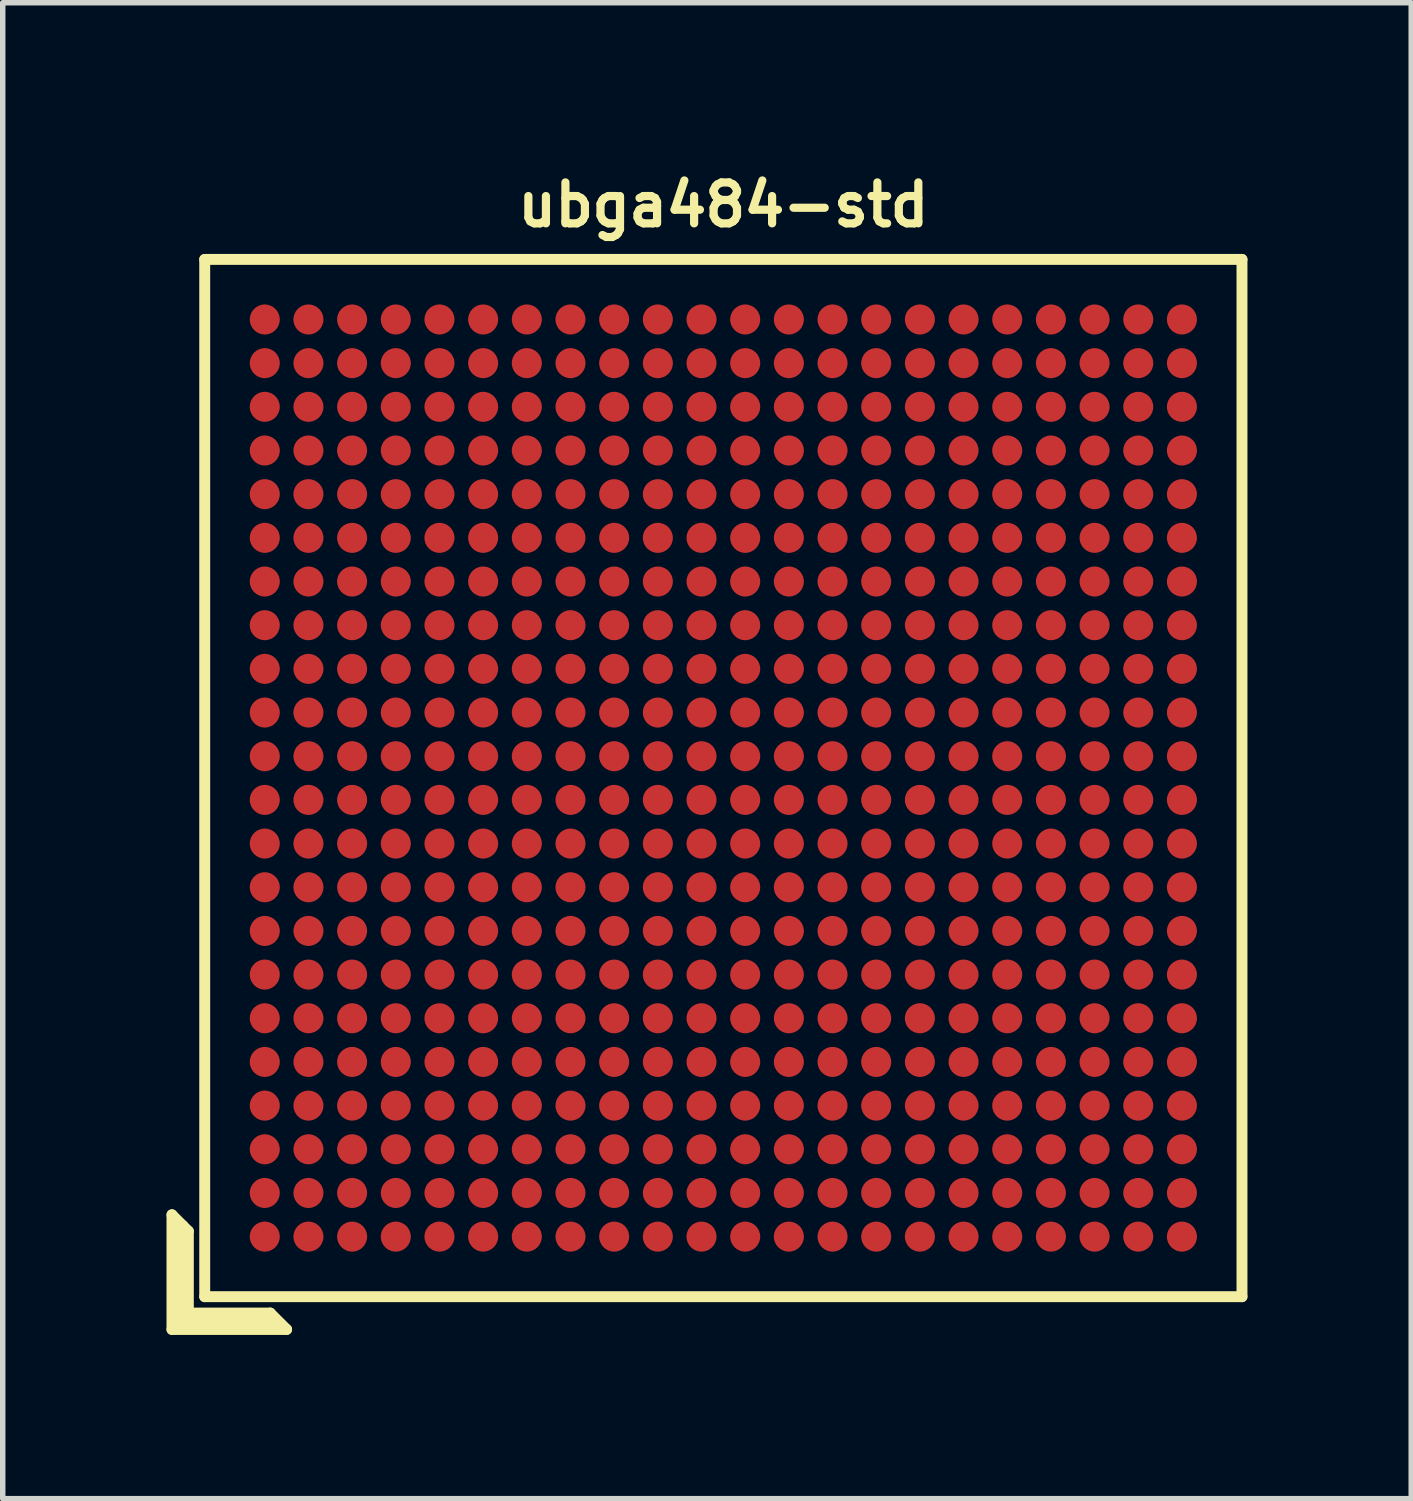
<source format=kicad_pcb>
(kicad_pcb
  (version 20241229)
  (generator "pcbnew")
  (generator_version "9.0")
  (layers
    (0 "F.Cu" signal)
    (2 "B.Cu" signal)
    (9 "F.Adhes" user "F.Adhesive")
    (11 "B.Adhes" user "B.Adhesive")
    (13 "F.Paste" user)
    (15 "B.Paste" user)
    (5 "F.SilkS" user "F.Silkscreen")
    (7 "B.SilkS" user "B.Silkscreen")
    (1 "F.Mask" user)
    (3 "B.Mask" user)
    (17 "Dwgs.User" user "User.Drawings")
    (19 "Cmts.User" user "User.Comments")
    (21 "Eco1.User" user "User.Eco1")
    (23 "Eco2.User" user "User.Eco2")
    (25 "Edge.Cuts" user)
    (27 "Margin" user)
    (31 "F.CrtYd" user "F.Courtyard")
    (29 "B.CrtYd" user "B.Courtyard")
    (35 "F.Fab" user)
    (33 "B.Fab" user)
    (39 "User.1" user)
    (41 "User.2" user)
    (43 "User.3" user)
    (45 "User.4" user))
  (footprint "ubga484-std"
    (layer "F.Cu")
    (at 10.2 11.202)
    (property "Reference" "ubga484-std" (at 0 -10.5 0) (layer "F.SilkS") (effects (font (size 0.75 0.75) (thickness 0.15))))
    (attr through_hole)
    (fp_line (start -10.1 8) (end -10.1 10.1) (stroke (width 0.2) (type solid)) (layer "F.SilkS"))
    (fp_line (start -10.1 10.1) (end -8 10.1) (stroke (width 0.2) (type solid)) (layer "F.SilkS"))
    (fp_line (start -10 10) (end -10 8.2) (stroke (width 0.2) (type solid)) (layer "F.SilkS"))
    (fp_line (start -9.9 8.2) (end -9.9 9.9) (stroke (width 0.2) (type solid)) (layer "F.SilkS"))
    (fp_line (start -9.9 9.9) (end -8.3 9.9) (stroke (width 0.2) (type solid)) (layer "F.SilkS"))
    (fp_line (start -9.8 8.3) (end -10.1 8) (stroke (width 0.2) (type solid)) (layer "F.SilkS"))
    (fp_line (start -9.8 8.3) (end -9.8 9.8) (stroke (width 0.2) (type solid)) (layer "F.SilkS"))
    (fp_line (start -9.8 9.8) (end -8.3 9.8) (stroke (width 0.2) (type solid)) (layer "F.SilkS"))
    (fp_line (start -9.5 -9.5) (end -9.5 9.5) (stroke (width 0.2) (type solid)) (layer "F.SilkS"))
    (fp_line (start -9.5 9.5) (end 9.5 9.5) (stroke (width 0.2) (type solid)) (layer "F.SilkS"))
    (fp_line (start -8.2 10) (end -10 10) (stroke (width 0.2) (type solid)) (layer "F.SilkS"))
    (fp_line (start -8 10.1) (end -8.3 9.8) (stroke (width 0.2) (type solid)) (layer "F.SilkS"))
    (fp_line (start 9.5 -9.5) (end -9.5 -9.5) (stroke (width 0.2) (type solid)) (layer "F.SilkS"))
    (fp_line (start 9.5 9.5) (end 9.5 -9.5) (stroke (width 0.2) (type solid)) (layer "F.SilkS"))
    (pad "A1" smd circle (at -8.4 8.4 90) (size 0.55 0.55) (layers "F.Cu" "F.Mask" "F.Paste"))
    (pad "A2" smd circle (at -8.4 7.6 90) (size 0.55 0.55) (layers "F.Cu" "F.Mask" "F.Paste"))
    (pad "A3" smd circle (at -8.4 6.8 90) (size 0.55 0.55) (layers "F.Cu" "F.Mask" "F.Paste"))
    (pad "A4" smd circle (at -8.4 6 90) (size 0.55 0.55) (layers "F.Cu" "F.Mask" "F.Paste"))
    (pad "A5" smd circle (at -8.4 5.2 90) (size 0.55 0.55) (layers "F.Cu" "F.Mask" "F.Paste"))
    (pad "A6" smd circle (at -8.4 4.4 90) (size 0.55 0.55) (layers "F.Cu" "F.Mask" "F.Paste"))
    (pad "A7" smd circle (at -8.4 3.6 90) (size 0.55 0.55) (layers "F.Cu" "F.Mask" "F.Paste"))
    (pad "A8" smd circle (at -8.4 2.8 90) (size 0.55 0.55) (layers "F.Cu" "F.Mask" "F.Paste"))
    (pad "A9" smd circle (at -8.4 2 90) (size 0.55 0.55) (layers "F.Cu" "F.Mask" "F.Paste"))
    (pad "A10" smd circle (at -8.4 1.2 90) (size 0.55 0.55) (layers "F.Cu" "F.Mask" "F.Paste"))
    (pad "A11" smd circle (at -8.4 0.4 90) (size 0.55 0.55) (layers "F.Cu" "F.Mask" "F.Paste"))
    (pad "A12" smd circle (at -8.4 -0.4 90) (size 0.55 0.55) (layers "F.Cu" "F.Mask" "F.Paste"))
    (pad "A13" smd circle (at -8.4 -1.2 90) (size 0.55 0.55) (layers "F.Cu" "F.Mask" "F.Paste"))
    (pad "A14" smd circle (at -8.4 -2 90) (size 0.55 0.55) (layers "F.Cu" "F.Mask" "F.Paste"))
    (pad "A15" smd circle (at -8.4 -2.8 90) (size 0.55 0.55) (layers "F.Cu" "F.Mask" "F.Paste"))
    (pad "A16" smd circle (at -8.4 -3.6 90) (size 0.55 0.55) (layers "F.Cu" "F.Mask" "F.Paste"))
    (pad "A17" smd circle (at -8.4 -4.4 90) (size 0.55 0.55) (layers "F.Cu" "F.Mask" "F.Paste"))
    (pad "A18" smd circle (at -8.4 -5.2 90) (size 0.55 0.55) (layers "F.Cu" "F.Mask" "F.Paste"))
    (pad "A19" smd circle (at -8.4 -6 90) (size 0.55 0.55) (layers "F.Cu" "F.Mask" "F.Paste"))
    (pad "A20" smd circle (at -8.4 -6.8 90) (size 0.55 0.55) (layers "F.Cu" "F.Mask" "F.Paste"))
    (pad "A21" smd circle (at -8.4 -7.6 90) (size 0.55 0.55) (layers "F.Cu" "F.Mask" "F.Paste"))
    (pad "A22" smd circle (at -8.4 -8.4 90) (size 0.55 0.55) (layers "F.Cu" "F.Mask" "F.Paste"))
    (pad "AA1" smd circle (at 7.6 8.4 90) (size 0.55 0.55) (layers "F.Cu" "F.Mask" "F.Paste"))
    (pad "AA2" smd circle (at 7.6 7.6 90) (size 0.55 0.55) (layers "F.Cu" "F.Mask" "F.Paste"))
    (pad "AA3" smd circle (at 7.6 6.8 90) (size 0.55 0.55) (layers "F.Cu" "F.Mask" "F.Paste"))
    (pad "AA4" smd circle (at 7.6 6 90) (size 0.55 0.55) (layers "F.Cu" "F.Mask" "F.Paste"))
    (pad "AA5" smd circle (at 7.6 5.2 90) (size 0.55 0.55) (layers "F.Cu" "F.Mask" "F.Paste"))
    (pad "AA6" smd circle (at 7.6 4.4 90) (size 0.55 0.55) (layers "F.Cu" "F.Mask" "F.Paste"))
    (pad "AA7" smd circle (at 7.6 3.6 90) (size 0.55 0.55) (layers "F.Cu" "F.Mask" "F.Paste"))
    (pad "AA8" smd circle (at 7.6 2.8 90) (size 0.55 0.55) (layers "F.Cu" "F.Mask" "F.Paste"))
    (pad "AA9" smd circle (at 7.6 2 90) (size 0.55 0.55) (layers "F.Cu" "F.Mask" "F.Paste"))
    (pad "AA10" smd circle (at 7.6 1.2 90) (size 0.55 0.55) (layers "F.Cu" "F.Mask" "F.Paste"))
    (pad "AA11" smd circle (at 7.6 0.4 90) (size 0.55 0.55) (layers "F.Cu" "F.Mask" "F.Paste"))
    (pad "AA12" smd circle (at 7.6 -0.4 90) (size 0.55 0.55) (layers "F.Cu" "F.Mask" "F.Paste"))
    (pad "AA13" smd circle (at 7.6 -1.2 90) (size 0.55 0.55) (layers "F.Cu" "F.Mask" "F.Paste"))
    (pad "AA14" smd circle (at 7.6 -2 90) (size 0.55 0.55) (layers "F.Cu" "F.Mask" "F.Paste"))
    (pad "AA15" smd circle (at 7.6 -2.8 90) (size 0.55 0.55) (layers "F.Cu" "F.Mask" "F.Paste"))
    (pad "AA16" smd circle (at 7.6 -3.6 90) (size 0.55 0.55) (layers "F.Cu" "F.Mask" "F.Paste"))
    (pad "AA17" smd circle (at 7.6 -4.4 90) (size 0.55 0.55) (layers "F.Cu" "F.Mask" "F.Paste"))
    (pad "AA18" smd circle (at 7.6 -5.2 90) (size 0.55 0.55) (layers "F.Cu" "F.Mask" "F.Paste"))
    (pad "AA19" smd circle (at 7.6 -6 90) (size 0.55 0.55) (layers "F.Cu" "F.Mask" "F.Paste"))
    (pad "AA20" smd circle (at 7.6 -6.8 90) (size 0.55 0.55) (layers "F.Cu" "F.Mask" "F.Paste"))
    (pad "AA21" smd circle (at 7.6 -7.6 90) (size 0.55 0.55) (layers "F.Cu" "F.Mask" "F.Paste"))
    (pad "AA22" smd circle (at 7.6 -8.4 90) (size 0.55 0.55) (layers "F.Cu" "F.Mask" "F.Paste"))
    (pad "AB1" smd circle (at 8.4 8.4 90) (size 0.55 0.55) (layers "F.Cu" "F.Mask" "F.Paste"))
    (pad "AB2" smd circle (at 8.4 7.6 90) (size 0.55 0.55) (layers "F.Cu" "F.Mask" "F.Paste"))
    (pad "AB3" smd circle (at 8.4 6.8 90) (size 0.55 0.55) (layers "F.Cu" "F.Mask" "F.Paste"))
    (pad "AB4" smd circle (at 8.4 6 90) (size 0.55 0.55) (layers "F.Cu" "F.Mask" "F.Paste"))
    (pad "AB5" smd circle (at 8.4 5.2 90) (size 0.55 0.55) (layers "F.Cu" "F.Mask" "F.Paste"))
    (pad "AB6" smd circle (at 8.4 4.4 90) (size 0.55 0.55) (layers "F.Cu" "F.Mask" "F.Paste"))
    (pad "AB7" smd circle (at 8.4 3.6 90) (size 0.55 0.55) (layers "F.Cu" "F.Mask" "F.Paste"))
    (pad "AB8" smd circle (at 8.4 2.8 90) (size 0.55 0.55) (layers "F.Cu" "F.Mask" "F.Paste"))
    (pad "AB9" smd circle (at 8.4 2 90) (size 0.55 0.55) (layers "F.Cu" "F.Mask" "F.Paste"))
    (pad "AB10" smd circle (at 8.4 1.2 90) (size 0.55 0.55) (layers "F.Cu" "F.Mask" "F.Paste"))
    (pad "AB11" smd circle (at 8.4 0.4 90) (size 0.55 0.55) (layers "F.Cu" "F.Mask" "F.Paste"))
    (pad "AB12" smd circle (at 8.4 -0.4 90) (size 0.55 0.55) (layers "F.Cu" "F.Mask" "F.Paste"))
    (pad "AB13" smd circle (at 8.4 -1.2 90) (size 0.55 0.55) (layers "F.Cu" "F.Mask" "F.Paste"))
    (pad "AB14" smd circle (at 8.4 -2 90) (size 0.55 0.55) (layers "F.Cu" "F.Mask" "F.Paste"))
    (pad "AB15" smd circle (at 8.4 -2.8 90) (size 0.55 0.55) (layers "F.Cu" "F.Mask" "F.Paste"))
    (pad "AB16" smd circle (at 8.4 -3.6 90) (size 0.55 0.55) (layers "F.Cu" "F.Mask" "F.Paste"))
    (pad "AB17" smd circle (at 8.4 -4.4 90) (size 0.55 0.55) (layers "F.Cu" "F.Mask" "F.Paste"))
    (pad "AB18" smd circle (at 8.4 -5.2 90) (size 0.55 0.55) (layers "F.Cu" "F.Mask" "F.Paste"))
    (pad "AB19" smd circle (at 8.4 -6 90) (size 0.55 0.55) (layers "F.Cu" "F.Mask" "F.Paste"))
    (pad "AB20" smd circle (at 8.4 -6.8 90) (size 0.55 0.55) (layers "F.Cu" "F.Mask" "F.Paste"))
    (pad "AB21" smd circle (at 8.4 -7.6 90) (size 0.55 0.55) (layers "F.Cu" "F.Mask" "F.Paste"))
    (pad "AB22" smd circle (at 8.4 -8.4 90) (size 0.55 0.55) (layers "F.Cu" "F.Mask" "F.Paste"))
    (pad "B1" smd circle (at -7.6 8.4 90) (size 0.55 0.55) (layers "F.Cu" "F.Mask" "F.Paste"))
    (pad "B2" smd circle (at -7.6 7.6 90) (size 0.55 0.55) (layers "F.Cu" "F.Mask" "F.Paste"))
    (pad "B3" smd circle (at -7.6 6.8 90) (size 0.55 0.55) (layers "F.Cu" "F.Mask" "F.Paste"))
    (pad "B4" smd circle (at -7.6 6 90) (size 0.55 0.55) (layers "F.Cu" "F.Mask" "F.Paste"))
    (pad "B5" smd circle (at -7.6 5.2 90) (size 0.55 0.55) (layers "F.Cu" "F.Mask" "F.Paste"))
    (pad "B6" smd circle (at -7.6 4.4 90) (size 0.55 0.55) (layers "F.Cu" "F.Mask" "F.Paste"))
    (pad "B7" smd circle (at -7.6 3.6 90) (size 0.55 0.55) (layers "F.Cu" "F.Mask" "F.Paste"))
    (pad "B8" smd circle (at -7.6 2.8 90) (size 0.55 0.55) (layers "F.Cu" "F.Mask" "F.Paste"))
    (pad "B9" smd circle (at -7.6 2 90) (size 0.55 0.55) (layers "F.Cu" "F.Mask" "F.Paste"))
    (pad "B10" smd circle (at -7.6 1.2 90) (size 0.55 0.55) (layers "F.Cu" "F.Mask" "F.Paste"))
    (pad "B11" smd circle (at -7.6 0.4 90) (size 0.55 0.55) (layers "F.Cu" "F.Mask" "F.Paste"))
    (pad "B12" smd circle (at -7.6 -0.4 90) (size 0.55 0.55) (layers "F.Cu" "F.Mask" "F.Paste"))
    (pad "B13" smd circle (at -7.6 -1.2 90) (size 0.55 0.55) (layers "F.Cu" "F.Mask" "F.Paste"))
    (pad "B14" smd circle (at -7.6 -2 90) (size 0.55 0.55) (layers "F.Cu" "F.Mask" "F.Paste"))
    (pad "B15" smd circle (at -7.6 -2.8 90) (size 0.55 0.55) (layers "F.Cu" "F.Mask" "F.Paste"))
    (pad "B16" smd circle (at -7.6 -3.6 90) (size 0.55 0.55) (layers "F.Cu" "F.Mask" "F.Paste"))
    (pad "B17" smd circle (at -7.6 -4.4 90) (size 0.55 0.55) (layers "F.Cu" "F.Mask" "F.Paste"))
    (pad "B18" smd circle (at -7.6 -5.2 90) (size 0.55 0.55) (layers "F.Cu" "F.Mask" "F.Paste"))
    (pad "B19" smd circle (at -7.6 -6 90) (size 0.55 0.55) (layers "F.Cu" "F.Mask" "F.Paste"))
    (pad "B20" smd circle (at -7.6 -6.8 90) (size 0.55 0.55) (layers "F.Cu" "F.Mask" "F.Paste"))
    (pad "B21" smd circle (at -7.6 -7.6 90) (size 0.55 0.55) (layers "F.Cu" "F.Mask" "F.Paste"))
    (pad "B22" smd circle (at -7.6 -8.4 90) (size 0.55 0.55) (layers "F.Cu" "F.Mask" "F.Paste"))
    (pad "C1" smd circle (at -6.8 8.4 90) (size 0.55 0.55) (layers "F.Cu" "F.Mask" "F.Paste"))
    (pad "C2" smd circle (at -6.8 7.6 90) (size 0.55 0.55) (layers "F.Cu" "F.Mask" "F.Paste"))
    (pad "C3" smd circle (at -6.8 6.8 90) (size 0.55 0.55) (layers "F.Cu" "F.Mask" "F.Paste"))
    (pad "C4" smd circle (at -6.8 6 90) (size 0.55 0.55) (layers "F.Cu" "F.Mask" "F.Paste"))
    (pad "C5" smd circle (at -6.8 5.2 90) (size 0.55 0.55) (layers "F.Cu" "F.Mask" "F.Paste"))
    (pad "C6" smd circle (at -6.8 4.4 90) (size 0.55 0.55) (layers "F.Cu" "F.Mask" "F.Paste"))
    (pad "C7" smd circle (at -6.8 3.6 90) (size 0.55 0.55) (layers "F.Cu" "F.Mask" "F.Paste"))
    (pad "C8" smd circle (at -6.8 2.8 90) (size 0.55 0.55) (layers "F.Cu" "F.Mask" "F.Paste"))
    (pad "C9" smd circle (at -6.8 2 90) (size 0.55 0.55) (layers "F.Cu" "F.Mask" "F.Paste"))
    (pad "C10" smd circle (at -6.8 1.2 90) (size 0.55 0.55) (layers "F.Cu" "F.Mask" "F.Paste"))
    (pad "C11" smd circle (at -6.8 0.4 90) (size 0.55 0.55) (layers "F.Cu" "F.Mask" "F.Paste"))
    (pad "C12" smd circle (at -6.8 -0.4 90) (size 0.55 0.55) (layers "F.Cu" "F.Mask" "F.Paste"))
    (pad "C13" smd circle (at -6.8 -1.2 90) (size 0.55 0.55) (layers "F.Cu" "F.Mask" "F.Paste"))
    (pad "C14" smd circle (at -6.8 -2 90) (size 0.55 0.55) (layers "F.Cu" "F.Mask" "F.Paste"))
    (pad "C15" smd circle (at -6.8 -2.8 90) (size 0.55 0.55) (layers "F.Cu" "F.Mask" "F.Paste"))
    (pad "C16" smd circle (at -6.8 -3.6 90) (size 0.55 0.55) (layers "F.Cu" "F.Mask" "F.Paste"))
    (pad "C17" smd circle (at -6.8 -4.4 90) (size 0.55 0.55) (layers "F.Cu" "F.Mask" "F.Paste"))
    (pad "C18" smd circle (at -6.8 -5.2 90) (size 0.55 0.55) (layers "F.Cu" "F.Mask" "F.Paste"))
    (pad "C19" smd circle (at -6.8 -6 90) (size 0.55 0.55) (layers "F.Cu" "F.Mask" "F.Paste"))
    (pad "C20" smd circle (at -6.8 -6.8 90) (size 0.55 0.55) (layers "F.Cu" "F.Mask" "F.Paste"))
    (pad "C21" smd circle (at -6.8 -7.6 90) (size 0.55 0.55) (layers "F.Cu" "F.Mask" "F.Paste"))
    (pad "C22" smd circle (at -6.8 -8.4 90) (size 0.55 0.55) (layers "F.Cu" "F.Mask" "F.Paste"))
    (pad "D1" smd circle (at -6 8.4 90) (size 0.55 0.55) (layers "F.Cu" "F.Mask" "F.Paste"))
    (pad "D2" smd circle (at -6 7.6 90) (size 0.55 0.55) (layers "F.Cu" "F.Mask" "F.Paste"))
    (pad "D3" smd circle (at -6 6.8 90) (size 0.55 0.55) (layers "F.Cu" "F.Mask" "F.Paste"))
    (pad "D4" smd circle (at -6 6 90) (size 0.55 0.55) (layers "F.Cu" "F.Mask" "F.Paste"))
    (pad "D5" smd circle (at -6 5.2 90) (size 0.55 0.55) (layers "F.Cu" "F.Mask" "F.Paste"))
    (pad "D6" smd circle (at -6 4.4 90) (size 0.55 0.55) (layers "F.Cu" "F.Mask" "F.Paste"))
    (pad "D7" smd circle (at -6 3.6 90) (size 0.55 0.55) (layers "F.Cu" "F.Mask" "F.Paste"))
    (pad "D8" smd circle (at -6 2.8 90) (size 0.55 0.55) (layers "F.Cu" "F.Mask" "F.Paste"))
    (pad "D9" smd circle (at -6 2 90) (size 0.55 0.55) (layers "F.Cu" "F.Mask" "F.Paste"))
    (pad "D10" smd circle (at -6 1.2 90) (size 0.55 0.55) (layers "F.Cu" "F.Mask" "F.Paste"))
    (pad "D11" smd circle (at -6 0.4 90) (size 0.55 0.55) (layers "F.Cu" "F.Mask" "F.Paste"))
    (pad "D12" smd circle (at -6 -0.4 90) (size 0.55 0.55) (layers "F.Cu" "F.Mask" "F.Paste"))
    (pad "D13" smd circle (at -6 -1.2 90) (size 0.55 0.55) (layers "F.Cu" "F.Mask" "F.Paste"))
    (pad "D14" smd circle (at -6 -2 90) (size 0.55 0.55) (layers "F.Cu" "F.Mask" "F.Paste"))
    (pad "D15" smd circle (at -6 -2.8 90) (size 0.55 0.55) (layers "F.Cu" "F.Mask" "F.Paste"))
    (pad "D16" smd circle (at -6 -3.6 90) (size 0.55 0.55) (layers "F.Cu" "F.Mask" "F.Paste"))
    (pad "D17" smd circle (at -6 -4.4 90) (size 0.55 0.55) (layers "F.Cu" "F.Mask" "F.Paste"))
    (pad "D18" smd circle (at -6 -5.2 90) (size 0.55 0.55) (layers "F.Cu" "F.Mask" "F.Paste"))
    (pad "D19" smd circle (at -6 -6 90) (size 0.55 0.55) (layers "F.Cu" "F.Mask" "F.Paste"))
    (pad "D20" smd circle (at -6 -6.8 90) (size 0.55 0.55) (layers "F.Cu" "F.Mask" "F.Paste"))
    (pad "D21" smd circle (at -6 -7.6 90) (size 0.55 0.55) (layers "F.Cu" "F.Mask" "F.Paste"))
    (pad "D22" smd circle (at -6 -8.4 90) (size 0.55 0.55) (layers "F.Cu" "F.Mask" "F.Paste"))
    (pad "E1" smd circle (at -5.2 8.4 90) (size 0.55 0.55) (layers "F.Cu" "F.Mask" "F.Paste"))
    (pad "E2" smd circle (at -5.2 7.6 90) (size 0.55 0.55) (layers "F.Cu" "F.Mask" "F.Paste"))
    (pad "E3" smd circle (at -5.2 6.8 90) (size 0.55 0.55) (layers "F.Cu" "F.Mask" "F.Paste"))
    (pad "E4" smd circle (at -5.2 6 90) (size 0.55 0.55) (layers "F.Cu" "F.Mask" "F.Paste"))
    (pad "E5" smd circle (at -5.2 5.2 90) (size 0.55 0.55) (layers "F.Cu" "F.Mask" "F.Paste"))
    (pad "E6" smd circle (at -5.2 4.4 90) (size 0.55 0.55) (layers "F.Cu" "F.Mask" "F.Paste"))
    (pad "E7" smd circle (at -5.2 3.6 90) (size 0.55 0.55) (layers "F.Cu" "F.Mask" "F.Paste"))
    (pad "E8" smd circle (at -5.2 2.8 90) (size 0.55 0.55) (layers "F.Cu" "F.Mask" "F.Paste"))
    (pad "E9" smd circle (at -5.2 2 90) (size 0.55 0.55) (layers "F.Cu" "F.Mask" "F.Paste"))
    (pad "E10" smd circle (at -5.2 1.2 90) (size 0.55 0.55) (layers "F.Cu" "F.Mask" "F.Paste"))
    (pad "E11" smd circle (at -5.2 0.4 90) (size 0.55 0.55) (layers "F.Cu" "F.Mask" "F.Paste"))
    (pad "E12" smd circle (at -5.2 -0.4 90) (size 0.55 0.55) (layers "F.Cu" "F.Mask" "F.Paste"))
    (pad "E13" smd circle (at -5.2 -1.2 90) (size 0.55 0.55) (layers "F.Cu" "F.Mask" "F.Paste"))
    (pad "E14" smd circle (at -5.2 -2 90) (size 0.55 0.55) (layers "F.Cu" "F.Mask" "F.Paste"))
    (pad "E15" smd circle (at -5.2 -2.8 90) (size 0.55 0.55) (layers "F.Cu" "F.Mask" "F.Paste"))
    (pad "E16" smd circle (at -5.2 -3.6 90) (size 0.55 0.55) (layers "F.Cu" "F.Mask" "F.Paste"))
    (pad "E17" smd circle (at -5.2 -4.4 90) (size 0.55 0.55) (layers "F.Cu" "F.Mask" "F.Paste"))
    (pad "E18" smd circle (at -5.2 -5.2 90) (size 0.55 0.55) (layers "F.Cu" "F.Mask" "F.Paste"))
    (pad "E19" smd circle (at -5.2 -6 90) (size 0.55 0.55) (layers "F.Cu" "F.Mask" "F.Paste"))
    (pad "E20" smd circle (at -5.2 -6.8 90) (size 0.55 0.55) (layers "F.Cu" "F.Mask" "F.Paste"))
    (pad "E21" smd circle (at -5.2 -7.6 90) (size 0.55 0.55) (layers "F.Cu" "F.Mask" "F.Paste"))
    (pad "E22" smd circle (at -5.2 -8.4 90) (size 0.55 0.55) (layers "F.Cu" "F.Mask" "F.Paste"))
    (pad "F1" smd circle (at -4.4 8.4 90) (size 0.55 0.55) (layers "F.Cu" "F.Mask" "F.Paste"))
    (pad "F2" smd circle (at -4.4 7.6 90) (size 0.55 0.55) (layers "F.Cu" "F.Mask" "F.Paste"))
    (pad "F3" smd circle (at -4.4 6.8 90) (size 0.55 0.55) (layers "F.Cu" "F.Mask" "F.Paste"))
    (pad "F4" smd circle (at -4.4 6 90) (size 0.55 0.55) (layers "F.Cu" "F.Mask" "F.Paste"))
    (pad "F5" smd circle (at -4.4 5.2 90) (size 0.55 0.55) (layers "F.Cu" "F.Mask" "F.Paste"))
    (pad "F6" smd circle (at -4.4 4.4 90) (size 0.55 0.55) (layers "F.Cu" "F.Mask" "F.Paste"))
    (pad "F7" smd circle (at -4.4 3.6 90) (size 0.55 0.55) (layers "F.Cu" "F.Mask" "F.Paste"))
    (pad "F8" smd circle (at -4.4 2.8 90) (size 0.55 0.55) (layers "F.Cu" "F.Mask" "F.Paste"))
    (pad "F9" smd circle (at -4.4 2 90) (size 0.55 0.55) (layers "F.Cu" "F.Mask" "F.Paste"))
    (pad "F10" smd circle (at -4.4 1.2 90) (size 0.55 0.55) (layers "F.Cu" "F.Mask" "F.Paste"))
    (pad "F11" smd circle (at -4.4 0.4 90) (size 0.55 0.55) (layers "F.Cu" "F.Mask" "F.Paste"))
    (pad "F12" smd circle (at -4.4 -0.4 90) (size 0.55 0.55) (layers "F.Cu" "F.Mask" "F.Paste"))
    (pad "F13" smd circle (at -4.4 -1.2 90) (size 0.55 0.55) (layers "F.Cu" "F.Mask" "F.Paste"))
    (pad "F14" smd circle (at -4.4 -2 90) (size 0.55 0.55) (layers "F.Cu" "F.Mask" "F.Paste"))
    (pad "F15" smd circle (at -4.4 -2.8 90) (size 0.55 0.55) (layers "F.Cu" "F.Mask" "F.Paste"))
    (pad "F16" smd circle (at -4.4 -3.6 90) (size 0.55 0.55) (layers "F.Cu" "F.Mask" "F.Paste"))
    (pad "F17" smd circle (at -4.4 -4.4 90) (size 0.55 0.55) (layers "F.Cu" "F.Mask" "F.Paste"))
    (pad "F18" smd circle (at -4.4 -5.2 90) (size 0.55 0.55) (layers "F.Cu" "F.Mask" "F.Paste"))
    (pad "F19" smd circle (at -4.4 -6 90) (size 0.55 0.55) (layers "F.Cu" "F.Mask" "F.Paste"))
    (pad "F20" smd circle (at -4.4 -6.8 90) (size 0.55 0.55) (layers "F.Cu" "F.Mask" "F.Paste"))
    (pad "F21" smd circle (at -4.4 -7.6 90) (size 0.55 0.55) (layers "F.Cu" "F.Mask" "F.Paste"))
    (pad "F22" smd circle (at -4.4 -8.4 90) (size 0.55 0.55) (layers "F.Cu" "F.Mask" "F.Paste"))
    (pad "G1" smd circle (at -3.6 8.4 90) (size 0.55 0.55) (layers "F.Cu" "F.Mask" "F.Paste"))
    (pad "G2" smd circle (at -3.6 7.6 90) (size 0.55 0.55) (layers "F.Cu" "F.Mask" "F.Paste"))
    (pad "G3" smd circle (at -3.6 6.8 90) (size 0.55 0.55) (layers "F.Cu" "F.Mask" "F.Paste"))
    (pad "G4" smd circle (at -3.6 6 90) (size 0.55 0.55) (layers "F.Cu" "F.Mask" "F.Paste"))
    (pad "G5" smd circle (at -3.6 5.2 90) (size 0.55 0.55) (layers "F.Cu" "F.Mask" "F.Paste"))
    (pad "G6" smd circle (at -3.6 4.4 90) (size 0.55 0.55) (layers "F.Cu" "F.Mask" "F.Paste"))
    (pad "G7" smd circle (at -3.6 3.6 90) (size 0.55 0.55) (layers "F.Cu" "F.Mask" "F.Paste"))
    (pad "G8" smd circle (at -3.6 2.8 90) (size 0.55 0.55) (layers "F.Cu" "F.Mask" "F.Paste"))
    (pad "G9" smd circle (at -3.6 2 90) (size 0.55 0.55) (layers "F.Cu" "F.Mask" "F.Paste"))
    (pad "G10" smd circle (at -3.6 1.2 90) (size 0.55 0.55) (layers "F.Cu" "F.Mask" "F.Paste"))
    (pad "G11" smd circle (at -3.6 0.4 90) (size 0.55 0.55) (layers "F.Cu" "F.Mask" "F.Paste"))
    (pad "G12" smd circle (at -3.6 -0.4 90) (size 0.55 0.55) (layers "F.Cu" "F.Mask" "F.Paste"))
    (pad "G13" smd circle (at -3.6 -1.2 90) (size 0.55 0.55) (layers "F.Cu" "F.Mask" "F.Paste"))
    (pad "G14" smd circle (at -3.6 -2 90) (size 0.55 0.55) (layers "F.Cu" "F.Mask" "F.Paste"))
    (pad "G15" smd circle (at -3.6 -2.8 90) (size 0.55 0.55) (layers "F.Cu" "F.Mask" "F.Paste"))
    (pad "G16" smd circle (at -3.6 -3.6 90) (size 0.55 0.55) (layers "F.Cu" "F.Mask" "F.Paste"))
    (pad "G17" smd circle (at -3.6 -4.4 90) (size 0.55 0.55) (layers "F.Cu" "F.Mask" "F.Paste"))
    (pad "G18" smd circle (at -3.6 -5.2 90) (size 0.55 0.55) (layers "F.Cu" "F.Mask" "F.Paste"))
    (pad "G19" smd circle (at -3.6 -6 90) (size 0.55 0.55) (layers "F.Cu" "F.Mask" "F.Paste"))
    (pad "G20" smd circle (at -3.6 -6.8 90) (size 0.55 0.55) (layers "F.Cu" "F.Mask" "F.Paste"))
    (pad "G21" smd circle (at -3.6 -7.6 90) (size 0.55 0.55) (layers "F.Cu" "F.Mask" "F.Paste"))
    (pad "G22" smd circle (at -3.6 -8.4 90) (size 0.55 0.55) (layers "F.Cu" "F.Mask" "F.Paste"))
    (pad "H1" smd circle (at -2.8 8.4 90) (size 0.55 0.55) (layers "F.Cu" "F.Mask" "F.Paste"))
    (pad "H2" smd circle (at -2.8 7.6 90) (size 0.55 0.55) (layers "F.Cu" "F.Mask" "F.Paste"))
    (pad "H3" smd circle (at -2.8 6.8 90) (size 0.55 0.55) (layers "F.Cu" "F.Mask" "F.Paste"))
    (pad "H4" smd circle (at -2.8 6 90) (size 0.55 0.55) (layers "F.Cu" "F.Mask" "F.Paste"))
    (pad "H5" smd circle (at -2.8 5.2 90) (size 0.55 0.55) (layers "F.Cu" "F.Mask" "F.Paste"))
    (pad "H6" smd circle (at -2.8 4.4 90) (size 0.55 0.55) (layers "F.Cu" "F.Mask" "F.Paste"))
    (pad "H7" smd circle (at -2.8 3.6 90) (size 0.55 0.55) (layers "F.Cu" "F.Mask" "F.Paste"))
    (pad "H8" smd circle (at -2.8 2.8 90) (size 0.55 0.55) (layers "F.Cu" "F.Mask" "F.Paste"))
    (pad "H9" smd circle (at -2.8 2 90) (size 0.55 0.55) (layers "F.Cu" "F.Mask" "F.Paste"))
    (pad "H10" smd circle (at -2.8 1.2 90) (size 0.55 0.55) (layers "F.Cu" "F.Mask" "F.Paste"))
    (pad "H11" smd circle (at -2.8 0.4 90) (size 0.55 0.55) (layers "F.Cu" "F.Mask" "F.Paste"))
    (pad "H12" smd circle (at -2.8 -0.4 90) (size 0.55 0.55) (layers "F.Cu" "F.Mask" "F.Paste"))
    (pad "H13" smd circle (at -2.8 -1.2 90) (size 0.55 0.55) (layers "F.Cu" "F.Mask" "F.Paste"))
    (pad "H14" smd circle (at -2.8 -2 90) (size 0.55 0.55) (layers "F.Cu" "F.Mask" "F.Paste"))
    (pad "H15" smd circle (at -2.8 -2.8 90) (size 0.55 0.55) (layers "F.Cu" "F.Mask" "F.Paste"))
    (pad "H16" smd circle (at -2.8 -3.6 90) (size 0.55 0.55) (layers "F.Cu" "F.Mask" "F.Paste"))
    (pad "H17" smd circle (at -2.8 -4.4 90) (size 0.55 0.55) (layers "F.Cu" "F.Mask" "F.Paste"))
    (pad "H18" smd circle (at -2.8 -5.2 90) (size 0.55 0.55) (layers "F.Cu" "F.Mask" "F.Paste"))
    (pad "H19" smd circle (at -2.8 -6 90) (size 0.55 0.55) (layers "F.Cu" "F.Mask" "F.Paste"))
    (pad "H20" smd circle (at -2.8 -6.8 90) (size 0.55 0.55) (layers "F.Cu" "F.Mask" "F.Paste"))
    (pad "H21" smd circle (at -2.8 -7.6 90) (size 0.55 0.55) (layers "F.Cu" "F.Mask" "F.Paste"))
    (pad "H22" smd circle (at -2.8 -8.4 90) (size 0.55 0.55) (layers "F.Cu" "F.Mask" "F.Paste"))
    (pad "J1" smd circle (at -2 8.4 90) (size 0.55 0.55) (layers "F.Cu" "F.Mask" "F.Paste"))
    (pad "J2" smd circle (at -2 7.6 90) (size 0.55 0.55) (layers "F.Cu" "F.Mask" "F.Paste"))
    (pad "J3" smd circle (at -2 6.8 90) (size 0.55 0.55) (layers "F.Cu" "F.Mask" "F.Paste"))
    (pad "J4" smd circle (at -2 6 90) (size 0.55 0.55) (layers "F.Cu" "F.Mask" "F.Paste"))
    (pad "J5" smd circle (at -2 5.2 90) (size 0.55 0.55) (layers "F.Cu" "F.Mask" "F.Paste"))
    (pad "J6" smd circle (at -2 4.4 90) (size 0.55 0.55) (layers "F.Cu" "F.Mask" "F.Paste"))
    (pad "J7" smd circle (at -2 3.6 90) (size 0.55 0.55) (layers "F.Cu" "F.Mask" "F.Paste"))
    (pad "J8" smd circle (at -2 2.8 90) (size 0.55 0.55) (layers "F.Cu" "F.Mask" "F.Paste"))
    (pad "J9" smd circle (at -2 2 90) (size 0.55 0.55) (layers "F.Cu" "F.Mask" "F.Paste"))
    (pad "J10" smd circle (at -2 1.2 90) (size 0.55 0.55) (layers "F.Cu" "F.Mask" "F.Paste"))
    (pad "J11" smd circle (at -2 0.4 90) (size 0.55 0.55) (layers "F.Cu" "F.Mask" "F.Paste"))
    (pad "J12" smd circle (at -2 -0.4 90) (size 0.55 0.55) (layers "F.Cu" "F.Mask" "F.Paste"))
    (pad "J13" smd circle (at -2 -1.2 90) (size 0.55 0.55) (layers "F.Cu" "F.Mask" "F.Paste"))
    (pad "J14" smd circle (at -2 -2 90) (size 0.55 0.55) (layers "F.Cu" "F.Mask" "F.Paste"))
    (pad "J15" smd circle (at -2 -2.8 90) (size 0.55 0.55) (layers "F.Cu" "F.Mask" "F.Paste"))
    (pad "J16" smd circle (at -2 -3.6 90) (size 0.55 0.55) (layers "F.Cu" "F.Mask" "F.Paste"))
    (pad "J17" smd circle (at -2 -4.4 90) (size 0.55 0.55) (layers "F.Cu" "F.Mask" "F.Paste"))
    (pad "J18" smd circle (at -2 -5.2 90) (size 0.55 0.55) (layers "F.Cu" "F.Mask" "F.Paste"))
    (pad "J19" smd circle (at -2 -6 90) (size 0.55 0.55) (layers "F.Cu" "F.Mask" "F.Paste"))
    (pad "J20" smd circle (at -2 -6.8 90) (size 0.55 0.55) (layers "F.Cu" "F.Mask" "F.Paste"))
    (pad "J21" smd circle (at -2 -7.6 90) (size 0.55 0.55) (layers "F.Cu" "F.Mask" "F.Paste"))
    (pad "J22" smd circle (at -2 -8.4 90) (size 0.55 0.55) (layers "F.Cu" "F.Mask" "F.Paste"))
    (pad "K1" smd circle (at -1.2 8.4 90) (size 0.55 0.55) (layers "F.Cu" "F.Mask" "F.Paste"))
    (pad "K2" smd circle (at -1.2 7.6 90) (size 0.55 0.55) (layers "F.Cu" "F.Mask" "F.Paste"))
    (pad "K3" smd circle (at -1.2 6.8 90) (size 0.55 0.55) (layers "F.Cu" "F.Mask" "F.Paste"))
    (pad "K4" smd circle (at -1.2 6 90) (size 0.55 0.55) (layers "F.Cu" "F.Mask" "F.Paste"))
    (pad "K5" smd circle (at -1.2 5.2 90) (size 0.55 0.55) (layers "F.Cu" "F.Mask" "F.Paste"))
    (pad "K6" smd circle (at -1.2 4.4 90) (size 0.55 0.55) (layers "F.Cu" "F.Mask" "F.Paste"))
    (pad "K7" smd circle (at -1.2 3.6 90) (size 0.55 0.55) (layers "F.Cu" "F.Mask" "F.Paste"))
    (pad "K8" smd circle (at -1.2 2.8 90) (size 0.55 0.55) (layers "F.Cu" "F.Mask" "F.Paste"))
    (pad "K9" smd circle (at -1.2 2 90) (size 0.55 0.55) (layers "F.Cu" "F.Mask" "F.Paste"))
    (pad "K10" smd circle (at -1.2 1.2 90) (size 0.55 0.55) (layers "F.Cu" "F.Mask" "F.Paste"))
    (pad "K11" smd circle (at -1.2 0.4 90) (size 0.55 0.55) (layers "F.Cu" "F.Mask" "F.Paste"))
    (pad "K12" smd circle (at -1.2 -0.4 90) (size 0.55 0.55) (layers "F.Cu" "F.Mask" "F.Paste"))
    (pad "K13" smd circle (at -1.2 -1.2 90) (size 0.55 0.55) (layers "F.Cu" "F.Mask" "F.Paste"))
    (pad "K14" smd circle (at -1.2 -2 90) (size 0.55 0.55) (layers "F.Cu" "F.Mask" "F.Paste"))
    (pad "K15" smd circle (at -1.2 -2.8 90) (size 0.55 0.55) (layers "F.Cu" "F.Mask" "F.Paste"))
    (pad "K16" smd circle (at -1.2 -3.6 90) (size 0.55 0.55) (layers "F.Cu" "F.Mask" "F.Paste"))
    (pad "K17" smd circle (at -1.2 -4.4 90) (size 0.55 0.55) (layers "F.Cu" "F.Mask" "F.Paste"))
    (pad "K18" smd circle (at -1.2 -5.2 90) (size 0.55 0.55) (layers "F.Cu" "F.Mask" "F.Paste"))
    (pad "K19" smd circle (at -1.2 -6 90) (size 0.55 0.55) (layers "F.Cu" "F.Mask" "F.Paste"))
    (pad "K20" smd circle (at -1.2 -6.8 90) (size 0.55 0.55) (layers "F.Cu" "F.Mask" "F.Paste"))
    (pad "K21" smd circle (at -1.2 -7.6 90) (size 0.55 0.55) (layers "F.Cu" "F.Mask" "F.Paste"))
    (pad "K22" smd circle (at -1.2 -8.4 90) (size 0.55 0.55) (layers "F.Cu" "F.Mask" "F.Paste"))
    (pad "L1" smd circle (at -0.4 8.4 90) (size 0.55 0.55) (layers "F.Cu" "F.Mask" "F.Paste"))
    (pad "L2" smd circle (at -0.4 7.6 90) (size 0.55 0.55) (layers "F.Cu" "F.Mask" "F.Paste"))
    (pad "L3" smd circle (at -0.4 6.8 90) (size 0.55 0.55) (layers "F.Cu" "F.Mask" "F.Paste"))
    (pad "L4" smd circle (at -0.4 6 90) (size 0.55 0.55) (layers "F.Cu" "F.Mask" "F.Paste"))
    (pad "L5" smd circle (at -0.4 5.2 90) (size 0.55 0.55) (layers "F.Cu" "F.Mask" "F.Paste"))
    (pad "L6" smd circle (at -0.4 4.4 90) (size 0.55 0.55) (layers "F.Cu" "F.Mask" "F.Paste"))
    (pad "L7" smd circle (at -0.4 3.6 90) (size 0.55 0.55) (layers "F.Cu" "F.Mask" "F.Paste"))
    (pad "L8" smd circle (at -0.4 2.8 90) (size 0.55 0.55) (layers "F.Cu" "F.Mask" "F.Paste"))
    (pad "L9" smd circle (at -0.4 2 90) (size 0.55 0.55) (layers "F.Cu" "F.Mask" "F.Paste"))
    (pad "L10" smd circle (at -0.4 1.2 90) (size 0.55 0.55) (layers "F.Cu" "F.Mask" "F.Paste"))
    (pad "L11" smd circle (at -0.4 0.4 90) (size 0.55 0.55) (layers "F.Cu" "F.Mask" "F.Paste"))
    (pad "L12" smd circle (at -0.4 -0.4 90) (size 0.55 0.55) (layers "F.Cu" "F.Mask" "F.Paste"))
    (pad "L13" smd circle (at -0.4 -1.2 90) (size 0.55 0.55) (layers "F.Cu" "F.Mask" "F.Paste"))
    (pad "L14" smd circle (at -0.4 -2 90) (size 0.55 0.55) (layers "F.Cu" "F.Mask" "F.Paste"))
    (pad "L15" smd circle (at -0.4 -2.8 90) (size 0.55 0.55) (layers "F.Cu" "F.Mask" "F.Paste"))
    (pad "L16" smd circle (at -0.4 -3.6 90) (size 0.55 0.55) (layers "F.Cu" "F.Mask" "F.Paste"))
    (pad "L17" smd circle (at -0.4 -4.4 90) (size 0.55 0.55) (layers "F.Cu" "F.Mask" "F.Paste"))
    (pad "L18" smd circle (at -0.4 -5.2 90) (size 0.55 0.55) (layers "F.Cu" "F.Mask" "F.Paste"))
    (pad "L19" smd circle (at -0.4 -6 90) (size 0.55 0.55) (layers "F.Cu" "F.Mask" "F.Paste"))
    (pad "L20" smd circle (at -0.4 -6.8 90) (size 0.55 0.55) (layers "F.Cu" "F.Mask" "F.Paste"))
    (pad "L21" smd circle (at -0.4 -7.6 90) (size 0.55 0.55) (layers "F.Cu" "F.Mask" "F.Paste"))
    (pad "L22" smd circle (at -0.4 -8.4 90) (size 0.55 0.55) (layers "F.Cu" "F.Mask" "F.Paste"))
    (pad "M1" smd circle (at 0.4 8.4 90) (size 0.55 0.55) (layers "F.Cu" "F.Mask" "F.Paste"))
    (pad "M2" smd circle (at 0.4 7.6 90) (size 0.55 0.55) (layers "F.Cu" "F.Mask" "F.Paste"))
    (pad "M3" smd circle (at 0.4 6.8 90) (size 0.55 0.55) (layers "F.Cu" "F.Mask" "F.Paste"))
    (pad "M4" smd circle (at 0.4 6 90) (size 0.55 0.55) (layers "F.Cu" "F.Mask" "F.Paste"))
    (pad "M5" smd circle (at 0.4 5.2 90) (size 0.55 0.55) (layers "F.Cu" "F.Mask" "F.Paste"))
    (pad "M6" smd circle (at 0.4 4.4 90) (size 0.55 0.55) (layers "F.Cu" "F.Mask" "F.Paste"))
    (pad "M7" smd circle (at 0.4 3.6 90) (size 0.55 0.55) (layers "F.Cu" "F.Mask" "F.Paste"))
    (pad "M8" smd circle (at 0.4 2.8 90) (size 0.55 0.55) (layers "F.Cu" "F.Mask" "F.Paste"))
    (pad "M9" smd circle (at 0.4 2 90) (size 0.55 0.55) (layers "F.Cu" "F.Mask" "F.Paste"))
    (pad "M10" smd circle (at 0.4 1.2 90) (size 0.55 0.55) (layers "F.Cu" "F.Mask" "F.Paste"))
    (pad "M11" smd circle (at 0.4 0.4 90) (size 0.55 0.55) (layers "F.Cu" "F.Mask" "F.Paste"))
    (pad "M12" smd circle (at 0.4 -0.4 90) (size 0.55 0.55) (layers "F.Cu" "F.Mask" "F.Paste"))
    (pad "M13" smd circle (at 0.4 -1.2 90) (size 0.55 0.55) (layers "F.Cu" "F.Mask" "F.Paste"))
    (pad "M14" smd circle (at 0.4 -2 90) (size 0.55 0.55) (layers "F.Cu" "F.Mask" "F.Paste"))
    (pad "M15" smd circle (at 0.4 -2.8 90) (size 0.55 0.55) (layers "F.Cu" "F.Mask" "F.Paste"))
    (pad "M16" smd circle (at 0.4 -3.6 90) (size 0.55 0.55) (layers "F.Cu" "F.Mask" "F.Paste"))
    (pad "M17" smd circle (at 0.4 -4.4 90) (size 0.55 0.55) (layers "F.Cu" "F.Mask" "F.Paste"))
    (pad "M18" smd circle (at 0.4 -5.2 90) (size 0.55 0.55) (layers "F.Cu" "F.Mask" "F.Paste"))
    (pad "M19" smd circle (at 0.4 -6 90) (size 0.55 0.55) (layers "F.Cu" "F.Mask" "F.Paste"))
    (pad "M20" smd circle (at 0.4 -6.8 90) (size 0.55 0.55) (layers "F.Cu" "F.Mask" "F.Paste"))
    (pad "M21" smd circle (at 0.4 -7.6 90) (size 0.55 0.55) (layers "F.Cu" "F.Mask" "F.Paste"))
    (pad "M22" smd circle (at 0.4 -8.4 90) (size 0.55 0.55) (layers "F.Cu" "F.Mask" "F.Paste"))
    (pad "N1" smd circle (at 1.2 8.4 90) (size 0.55 0.55) (layers "F.Cu" "F.Mask" "F.Paste"))
    (pad "N2" smd circle (at 1.2 7.6 90) (size 0.55 0.55) (layers "F.Cu" "F.Mask" "F.Paste"))
    (pad "N3" smd circle (at 1.2 6.8 90) (size 0.55 0.55) (layers "F.Cu" "F.Mask" "F.Paste"))
    (pad "N4" smd circle (at 1.2 6 90) (size 0.55 0.55) (layers "F.Cu" "F.Mask" "F.Paste"))
    (pad "N5" smd circle (at 1.2 5.2 90) (size 0.55 0.55) (layers "F.Cu" "F.Mask" "F.Paste"))
    (pad "N6" smd circle (at 1.2 4.4 90) (size 0.55 0.55) (layers "F.Cu" "F.Mask" "F.Paste"))
    (pad "N7" smd circle (at 1.2 3.6 90) (size 0.55 0.55) (layers "F.Cu" "F.Mask" "F.Paste"))
    (pad "N8" smd circle (at 1.2 2.8 90) (size 0.55 0.55) (layers "F.Cu" "F.Mask" "F.Paste"))
    (pad "N9" smd circle (at 1.2 2 90) (size 0.55 0.55) (layers "F.Cu" "F.Mask" "F.Paste"))
    (pad "N10" smd circle (at 1.2 1.2 90) (size 0.55 0.55) (layers "F.Cu" "F.Mask" "F.Paste"))
    (pad "N11" smd circle (at 1.2 0.4 90) (size 0.55 0.55) (layers "F.Cu" "F.Mask" "F.Paste"))
    (pad "N12" smd circle (at 1.2 -0.4 90) (size 0.55 0.55) (layers "F.Cu" "F.Mask" "F.Paste"))
    (pad "N13" smd circle (at 1.2 -1.2 90) (size 0.55 0.55) (layers "F.Cu" "F.Mask" "F.Paste"))
    (pad "N14" smd circle (at 1.2 -2 90) (size 0.55 0.55) (layers "F.Cu" "F.Mask" "F.Paste"))
    (pad "N15" smd circle (at 1.2 -2.8 90) (size 0.55 0.55) (layers "F.Cu" "F.Mask" "F.Paste"))
    (pad "N16" smd circle (at 1.2 -3.6 90) (size 0.55 0.55) (layers "F.Cu" "F.Mask" "F.Paste"))
    (pad "N17" smd circle (at 1.2 -4.4 90) (size 0.55 0.55) (layers "F.Cu" "F.Mask" "F.Paste"))
    (pad "N18" smd circle (at 1.2 -5.2 90) (size 0.55 0.55) (layers "F.Cu" "F.Mask" "F.Paste"))
    (pad "N19" smd circle (at 1.2 -6 90) (size 0.55 0.55) (layers "F.Cu" "F.Mask" "F.Paste"))
    (pad "N20" smd circle (at 1.2 -6.8 90) (size 0.55 0.55) (layers "F.Cu" "F.Mask" "F.Paste"))
    (pad "N21" smd circle (at 1.2 -7.6 90) (size 0.55 0.55) (layers "F.Cu" "F.Mask" "F.Paste"))
    (pad "N22" smd circle (at 1.2 -8.4 90) (size 0.55 0.55) (layers "F.Cu" "F.Mask" "F.Paste"))
    (pad "P1" smd circle (at 2 8.4 90) (size 0.55 0.55) (layers "F.Cu" "F.Mask" "F.Paste"))
    (pad "P2" smd circle (at 2 7.6 90) (size 0.55 0.55) (layers "F.Cu" "F.Mask" "F.Paste"))
    (pad "P3" smd circle (at 2 6.8 90) (size 0.55 0.55) (layers "F.Cu" "F.Mask" "F.Paste"))
    (pad "P4" smd circle (at 2 6 90) (size 0.55 0.55) (layers "F.Cu" "F.Mask" "F.Paste"))
    (pad "P5" smd circle (at 2 5.2 90) (size 0.55 0.55) (layers "F.Cu" "F.Mask" "F.Paste"))
    (pad "P6" smd circle (at 2 4.4 90) (size 0.55 0.55) (layers "F.Cu" "F.Mask" "F.Paste"))
    (pad "P7" smd circle (at 2 3.6 90) (size 0.55 0.55) (layers "F.Cu" "F.Mask" "F.Paste"))
    (pad "P8" smd circle (at 2 2.8 90) (size 0.55 0.55) (layers "F.Cu" "F.Mask" "F.Paste"))
    (pad "P9" smd circle (at 2 2 90) (size 0.55 0.55) (layers "F.Cu" "F.Mask" "F.Paste"))
    (pad "P10" smd circle (at 2 1.2 90) (size 0.55 0.55) (layers "F.Cu" "F.Mask" "F.Paste"))
    (pad "P11" smd circle (at 2 0.4 90) (size 0.55 0.55) (layers "F.Cu" "F.Mask" "F.Paste"))
    (pad "P12" smd circle (at 2 -0.4 90) (size 0.55 0.55) (layers "F.Cu" "F.Mask" "F.Paste"))
    (pad "P13" smd circle (at 2 -1.2 90) (size 0.55 0.55) (layers "F.Cu" "F.Mask" "F.Paste"))
    (pad "P14" smd circle (at 2 -2 90) (size 0.55 0.55) (layers "F.Cu" "F.Mask" "F.Paste"))
    (pad "P15" smd circle (at 2 -2.8 90) (size 0.55 0.55) (layers "F.Cu" "F.Mask" "F.Paste"))
    (pad "P16" smd circle (at 2 -3.6 90) (size 0.55 0.55) (layers "F.Cu" "F.Mask" "F.Paste"))
    (pad "P17" smd circle (at 2 -4.4 90) (size 0.55 0.55) (layers "F.Cu" "F.Mask" "F.Paste"))
    (pad "P18" smd circle (at 2 -5.2 90) (size 0.55 0.55) (layers "F.Cu" "F.Mask" "F.Paste"))
    (pad "P19" smd circle (at 2 -6 90) (size 0.55 0.55) (layers "F.Cu" "F.Mask" "F.Paste"))
    (pad "P20" smd circle (at 2 -6.8 90) (size 0.55 0.55) (layers "F.Cu" "F.Mask" "F.Paste"))
    (pad "P21" smd circle (at 2 -7.6 90) (size 0.55 0.55) (layers "F.Cu" "F.Mask" "F.Paste"))
    (pad "P22" smd circle (at 2 -8.4 90) (size 0.55 0.55) (layers "F.Cu" "F.Mask" "F.Paste"))
    (pad "R1" smd circle (at 2.8 8.4 90) (size 0.55 0.55) (layers "F.Cu" "F.Mask" "F.Paste"))
    (pad "R2" smd circle (at 2.8 7.6 90) (size 0.55 0.55) (layers "F.Cu" "F.Mask" "F.Paste"))
    (pad "R3" smd circle (at 2.8 6.8 90) (size 0.55 0.55) (layers "F.Cu" "F.Mask" "F.Paste"))
    (pad "R4" smd circle (at 2.8 6 90) (size 0.55 0.55) (layers "F.Cu" "F.Mask" "F.Paste"))
    (pad "R5" smd circle (at 2.8 5.2 90) (size 0.55 0.55) (layers "F.Cu" "F.Mask" "F.Paste"))
    (pad "R6" smd circle (at 2.8 4.4 90) (size 0.55 0.55) (layers "F.Cu" "F.Mask" "F.Paste"))
    (pad "R7" smd circle (at 2.8 3.6 90) (size 0.55 0.55) (layers "F.Cu" "F.Mask" "F.Paste"))
    (pad "R8" smd circle (at 2.8 2.8 90) (size 0.55 0.55) (layers "F.Cu" "F.Mask" "F.Paste"))
    (pad "R9" smd circle (at 2.8 2 90) (size 0.55 0.55) (layers "F.Cu" "F.Mask" "F.Paste"))
    (pad "R10" smd circle (at 2.8 1.2 90) (size 0.55 0.55) (layers "F.Cu" "F.Mask" "F.Paste"))
    (pad "R11" smd circle (at 2.8 0.4 90) (size 0.55 0.55) (layers "F.Cu" "F.Mask" "F.Paste"))
    (pad "R12" smd circle (at 2.8 -0.4 90) (size 0.55 0.55) (layers "F.Cu" "F.Mask" "F.Paste"))
    (pad "R13" smd circle (at 2.8 -1.2 90) (size 0.55 0.55) (layers "F.Cu" "F.Mask" "F.Paste"))
    (pad "R14" smd circle (at 2.8 -2 90) (size 0.55 0.55) (layers "F.Cu" "F.Mask" "F.Paste"))
    (pad "R15" smd circle (at 2.8 -2.8 90) (size 0.55 0.55) (layers "F.Cu" "F.Mask" "F.Paste"))
    (pad "R16" smd circle (at 2.8 -3.6 90) (size 0.55 0.55) (layers "F.Cu" "F.Mask" "F.Paste"))
    (pad "R17" smd circle (at 2.8 -4.4 90) (size 0.55 0.55) (layers "F.Cu" "F.Mask" "F.Paste"))
    (pad "R18" smd circle (at 2.8 -5.2 90) (size 0.55 0.55) (layers "F.Cu" "F.Mask" "F.Paste"))
    (pad "R19" smd circle (at 2.8 -6 90) (size 0.55 0.55) (layers "F.Cu" "F.Mask" "F.Paste"))
    (pad "R20" smd circle (at 2.8 -6.8 90) (size 0.55 0.55) (layers "F.Cu" "F.Mask" "F.Paste"))
    (pad "R21" smd circle (at 2.8 -7.6 90) (size 0.55 0.55) (layers "F.Cu" "F.Mask" "F.Paste"))
    (pad "R22" smd circle (at 2.8 -8.4 90) (size 0.55 0.55) (layers "F.Cu" "F.Mask" "F.Paste"))
    (pad "T1" smd circle (at 3.6 8.4 90) (size 0.55 0.55) (layers "F.Cu" "F.Mask" "F.Paste"))
    (pad "T2" smd circle (at 3.6 7.6 90) (size 0.55 0.55) (layers "F.Cu" "F.Mask" "F.Paste"))
    (pad "T3" smd circle (at 3.6 6.8 90) (size 0.55 0.55) (layers "F.Cu" "F.Mask" "F.Paste"))
    (pad "T4" smd circle (at 3.6 6 90) (size 0.55 0.55) (layers "F.Cu" "F.Mask" "F.Paste"))
    (pad "T5" smd circle (at 3.6 5.2 90) (size 0.55 0.55) (layers "F.Cu" "F.Mask" "F.Paste"))
    (pad "T6" smd circle (at 3.6 4.4 90) (size 0.55 0.55) (layers "F.Cu" "F.Mask" "F.Paste"))
    (pad "T7" smd circle (at 3.6 3.6 90) (size 0.55 0.55) (layers "F.Cu" "F.Mask" "F.Paste"))
    (pad "T8" smd circle (at 3.6 2.8 90) (size 0.55 0.55) (layers "F.Cu" "F.Mask" "F.Paste"))
    (pad "T9" smd circle (at 3.6 2 90) (size 0.55 0.55) (layers "F.Cu" "F.Mask" "F.Paste"))
    (pad "T10" smd circle (at 3.6 1.2 90) (size 0.55 0.55) (layers "F.Cu" "F.Mask" "F.Paste"))
    (pad "T11" smd circle (at 3.6 0.4 90) (size 0.55 0.55) (layers "F.Cu" "F.Mask" "F.Paste"))
    (pad "T12" smd circle (at 3.6 -0.4 90) (size 0.55 0.55) (layers "F.Cu" "F.Mask" "F.Paste"))
    (pad "T13" smd circle (at 3.6 -1.2 90) (size 0.55 0.55) (layers "F.Cu" "F.Mask" "F.Paste"))
    (pad "T14" smd circle (at 3.6 -2 90) (size 0.55 0.55) (layers "F.Cu" "F.Mask" "F.Paste"))
    (pad "T15" smd circle (at 3.6 -2.8 90) (size 0.55 0.55) (layers "F.Cu" "F.Mask" "F.Paste"))
    (pad "T16" smd circle (at 3.6 -3.6 90) (size 0.55 0.55) (layers "F.Cu" "F.Mask" "F.Paste"))
    (pad "T17" smd circle (at 3.6 -4.4 90) (size 0.55 0.55) (layers "F.Cu" "F.Mask" "F.Paste"))
    (pad "T18" smd circle (at 3.6 -5.2 90) (size 0.55 0.55) (layers "F.Cu" "F.Mask" "F.Paste"))
    (pad "T19" smd circle (at 3.6 -6 90) (size 0.55 0.55) (layers "F.Cu" "F.Mask" "F.Paste"))
    (pad "T20" smd circle (at 3.6 -6.8 90) (size 0.55 0.55) (layers "F.Cu" "F.Mask" "F.Paste"))
    (pad "T21" smd circle (at 3.6 -7.6 90) (size 0.55 0.55) (layers "F.Cu" "F.Mask" "F.Paste"))
    (pad "T22" smd circle (at 3.6 -8.4 90) (size 0.55 0.55) (layers "F.Cu" "F.Mask" "F.Paste"))
    (pad "U1" smd circle (at 4.4 8.4 90) (size 0.55 0.55) (layers "F.Cu" "F.Mask" "F.Paste"))
    (pad "U2" smd circle (at 4.4 7.6 90) (size 0.55 0.55) (layers "F.Cu" "F.Mask" "F.Paste"))
    (pad "U3" smd circle (at 4.4 6.8 90) (size 0.55 0.55) (layers "F.Cu" "F.Mask" "F.Paste"))
    (pad "U4" smd circle (at 4.4 6 90) (size 0.55 0.55) (layers "F.Cu" "F.Mask" "F.Paste"))
    (pad "U5" smd circle (at 4.4 5.2 90) (size 0.55 0.55) (layers "F.Cu" "F.Mask" "F.Paste"))
    (pad "U6" smd circle (at 4.4 4.4 90) (size 0.55 0.55) (layers "F.Cu" "F.Mask" "F.Paste"))
    (pad "U7" smd circle (at 4.4 3.6 90) (size 0.55 0.55) (layers "F.Cu" "F.Mask" "F.Paste"))
    (pad "U8" smd circle (at 4.4 2.8 90) (size 0.55 0.55) (layers "F.Cu" "F.Mask" "F.Paste"))
    (pad "U9" smd circle (at 4.4 2 90) (size 0.55 0.55) (layers "F.Cu" "F.Mask" "F.Paste"))
    (pad "U10" smd circle (at 4.4 1.2 90) (size 0.55 0.55) (layers "F.Cu" "F.Mask" "F.Paste"))
    (pad "U11" smd circle (at 4.4 0.4 90) (size 0.55 0.55) (layers "F.Cu" "F.Mask" "F.Paste"))
    (pad "U12" smd circle (at 4.4 -0.4 90) (size 0.55 0.55) (layers "F.Cu" "F.Mask" "F.Paste"))
    (pad "U13" smd circle (at 4.4 -1.2 90) (size 0.55 0.55) (layers "F.Cu" "F.Mask" "F.Paste"))
    (pad "U14" smd circle (at 4.4 -2 90) (size 0.55 0.55) (layers "F.Cu" "F.Mask" "F.Paste"))
    (pad "U15" smd circle (at 4.4 -2.8 90) (size 0.55 0.55) (layers "F.Cu" "F.Mask" "F.Paste"))
    (pad "U16" smd circle (at 4.4 -3.6 90) (size 0.55 0.55) (layers "F.Cu" "F.Mask" "F.Paste"))
    (pad "U17" smd circle (at 4.4 -4.4 90) (size 0.55 0.55) (layers "F.Cu" "F.Mask" "F.Paste"))
    (pad "U18" smd circle (at 4.4 -5.2 90) (size 0.55 0.55) (layers "F.Cu" "F.Mask" "F.Paste"))
    (pad "U19" smd circle (at 4.4 -6 90) (size 0.55 0.55) (layers "F.Cu" "F.Mask" "F.Paste"))
    (pad "U20" smd circle (at 4.4 -6.8 90) (size 0.55 0.55) (layers "F.Cu" "F.Mask" "F.Paste"))
    (pad "U21" smd circle (at 4.4 -7.6 90) (size 0.55 0.55) (layers "F.Cu" "F.Mask" "F.Paste"))
    (pad "U22" smd circle (at 4.4 -8.4 90) (size 0.55 0.55) (layers "F.Cu" "F.Mask" "F.Paste"))
    (pad "V1" smd circle (at 5.2 8.4 90) (size 0.55 0.55) (layers "F.Cu" "F.Mask" "F.Paste"))
    (pad "V2" smd circle (at 5.2 7.6 90) (size 0.55 0.55) (layers "F.Cu" "F.Mask" "F.Paste"))
    (pad "V3" smd circle (at 5.2 6.8 90) (size 0.55 0.55) (layers "F.Cu" "F.Mask" "F.Paste"))
    (pad "V4" smd circle (at 5.2 6 90) (size 0.55 0.55) (layers "F.Cu" "F.Mask" "F.Paste"))
    (pad "V5" smd circle (at 5.2 5.2 90) (size 0.55 0.55) (layers "F.Cu" "F.Mask" "F.Paste"))
    (pad "V6" smd circle (at 5.2 4.4 90) (size 0.55 0.55) (layers "F.Cu" "F.Mask" "F.Paste"))
    (pad "V7" smd circle (at 5.2 3.6 90) (size 0.55 0.55) (layers "F.Cu" "F.Mask" "F.Paste"))
    (pad "V8" smd circle (at 5.2 2.8 90) (size 0.55 0.55) (layers "F.Cu" "F.Mask" "F.Paste"))
    (pad "V9" smd circle (at 5.2 2 90) (size 0.55 0.55) (layers "F.Cu" "F.Mask" "F.Paste"))
    (pad "V10" smd circle (at 5.2 1.2 90) (size 0.55 0.55) (layers "F.Cu" "F.Mask" "F.Paste"))
    (pad "V11" smd circle (at 5.2 0.4 90) (size 0.55 0.55) (layers "F.Cu" "F.Mask" "F.Paste"))
    (pad "V12" smd circle (at 5.2 -0.4 90) (size 0.55 0.55) (layers "F.Cu" "F.Mask" "F.Paste"))
    (pad "V13" smd circle (at 5.2 -1.2 90) (size 0.55 0.55) (layers "F.Cu" "F.Mask" "F.Paste"))
    (pad "V14" smd circle (at 5.2 -2 90) (size 0.55 0.55) (layers "F.Cu" "F.Mask" "F.Paste"))
    (pad "V15" smd circle (at 5.2 -2.8 90) (size 0.55 0.55) (layers "F.Cu" "F.Mask" "F.Paste"))
    (pad "V16" smd circle (at 5.2 -3.6 90) (size 0.55 0.55) (layers "F.Cu" "F.Mask" "F.Paste"))
    (pad "V17" smd circle (at 5.2 -4.4 90) (size 0.55 0.55) (layers "F.Cu" "F.Mask" "F.Paste"))
    (pad "V18" smd circle (at 5.2 -5.2 90) (size 0.55 0.55) (layers "F.Cu" "F.Mask" "F.Paste"))
    (pad "V19" smd circle (at 5.2 -6 90) (size 0.55 0.55) (layers "F.Cu" "F.Mask" "F.Paste"))
    (pad "V20" smd circle (at 5.2 -6.8 90) (size 0.55 0.55) (layers "F.Cu" "F.Mask" "F.Paste"))
    (pad "V21" smd circle (at 5.2 -7.6 90) (size 0.55 0.55) (layers "F.Cu" "F.Mask" "F.Paste"))
    (pad "V22" smd circle (at 5.2 -8.4 90) (size 0.55 0.55) (layers "F.Cu" "F.Mask" "F.Paste"))
    (pad "W1" smd circle (at 6 8.4 90) (size 0.55 0.55) (layers "F.Cu" "F.Mask" "F.Paste"))
    (pad "W2" smd circle (at 6 7.6 90) (size 0.55 0.55) (layers "F.Cu" "F.Mask" "F.Paste"))
    (pad "W3" smd circle (at 6 6.8 90) (size 0.55 0.55) (layers "F.Cu" "F.Mask" "F.Paste"))
    (pad "W4" smd circle (at 6 6 90) (size 0.55 0.55) (layers "F.Cu" "F.Mask" "F.Paste"))
    (pad "W5" smd circle (at 6 5.2 90) (size 0.55 0.55) (layers "F.Cu" "F.Mask" "F.Paste"))
    (pad "W6" smd circle (at 6 4.4 90) (size 0.55 0.55) (layers "F.Cu" "F.Mask" "F.Paste"))
    (pad "W7" smd circle (at 6 3.6 90) (size 0.55 0.55) (layers "F.Cu" "F.Mask" "F.Paste"))
    (pad "W8" smd circle (at 6 2.8 90) (size 0.55 0.55) (layers "F.Cu" "F.Mask" "F.Paste"))
    (pad "W9" smd circle (at 6 2 90) (size 0.55 0.55) (layers "F.Cu" "F.Mask" "F.Paste"))
    (pad "W10" smd circle (at 6 1.2 90) (size 0.55 0.55) (layers "F.Cu" "F.Mask" "F.Paste"))
    (pad "W11" smd circle (at 6 0.4 90) (size 0.55 0.55) (layers "F.Cu" "F.Mask" "F.Paste"))
    (pad "W12" smd circle (at 6 -0.4 90) (size 0.55 0.55) (layers "F.Cu" "F.Mask" "F.Paste"))
    (pad "W13" smd circle (at 6 -1.2 90) (size 0.55 0.55) (layers "F.Cu" "F.Mask" "F.Paste"))
    (pad "W14" smd circle (at 6 -2 90) (size 0.55 0.55) (layers "F.Cu" "F.Mask" "F.Paste"))
    (pad "W15" smd circle (at 6 -2.8 90) (size 0.55 0.55) (layers "F.Cu" "F.Mask" "F.Paste"))
    (pad "W16" smd circle (at 6 -3.6 90) (size 0.55 0.55) (layers "F.Cu" "F.Mask" "F.Paste"))
    (pad "W17" smd circle (at 6 -4.4 90) (size 0.55 0.55) (layers "F.Cu" "F.Mask" "F.Paste"))
    (pad "W18" smd circle (at 6 -5.2 90) (size 0.55 0.55) (layers "F.Cu" "F.Mask" "F.Paste"))
    (pad "W19" smd circle (at 6 -6 90) (size 0.55 0.55) (layers "F.Cu" "F.Mask" "F.Paste"))
    (pad "W20" smd circle (at 6 -6.8 90) (size 0.55 0.55) (layers "F.Cu" "F.Mask" "F.Paste"))
    (pad "W21" smd circle (at 6 -7.6 90) (size 0.55 0.55) (layers "F.Cu" "F.Mask" "F.Paste"))
    (pad "W22" smd circle (at 6 -8.4 90) (size 0.55 0.55) (layers "F.Cu" "F.Mask" "F.Paste"))
    (pad "Y1" smd circle (at 6.8 8.4 90) (size 0.55 0.55) (layers "F.Cu" "F.Mask" "F.Paste"))
    (pad "Y2" smd circle (at 6.8 7.6 90) (size 0.55 0.55) (layers "F.Cu" "F.Mask" "F.Paste"))
    (pad "Y3" smd circle (at 6.8 6.8 90) (size 0.55 0.55) (layers "F.Cu" "F.Mask" "F.Paste"))
    (pad "Y4" smd circle (at 6.8 6 90) (size 0.55 0.55) (layers "F.Cu" "F.Mask" "F.Paste"))
    (pad "Y5" smd circle (at 6.8 5.2 90) (size 0.55 0.55) (layers "F.Cu" "F.Mask" "F.Paste"))
    (pad "Y6" smd circle (at 6.8 4.4 90) (size 0.55 0.55) (layers "F.Cu" "F.Mask" "F.Paste"))
    (pad "Y7" smd circle (at 6.8 3.6 90) (size 0.55 0.55) (layers "F.Cu" "F.Mask" "F.Paste"))
    (pad "Y8" smd circle (at 6.8 2.8 90) (size 0.55 0.55) (layers "F.Cu" "F.Mask" "F.Paste"))
    (pad "Y9" smd circle (at 6.8 2 90) (size 0.55 0.55) (layers "F.Cu" "F.Mask" "F.Paste"))
    (pad "Y10" smd circle (at 6.8 1.2 90) (size 0.55 0.55) (layers "F.Cu" "F.Mask" "F.Paste"))
    (pad "Y11" smd circle (at 6.8 0.4 90) (size 0.55 0.55) (layers "F.Cu" "F.Mask" "F.Paste"))
    (pad "Y12" smd circle (at 6.8 -0.4 90) (size 0.55 0.55) (layers "F.Cu" "F.Mask" "F.Paste"))
    (pad "Y13" smd circle (at 6.8 -1.2 90) (size 0.55 0.55) (layers "F.Cu" "F.Mask" "F.Paste"))
    (pad "Y14" smd circle (at 6.8 -2 90) (size 0.55 0.55) (layers "F.Cu" "F.Mask" "F.Paste"))
    (pad "Y15" smd circle (at 6.8 -2.8 90) (size 0.55 0.55) (layers "F.Cu" "F.Mask" "F.Paste"))
    (pad "Y16" smd circle (at 6.8 -3.6 90) (size 0.55 0.55) (layers "F.Cu" "F.Mask" "F.Paste"))
    (pad "Y17" smd circle (at 6.8 -4.4 90) (size 0.55 0.55) (layers "F.Cu" "F.Mask" "F.Paste"))
    (pad "Y18" smd circle (at 6.8 -5.2 90) (size 0.55 0.55) (layers "F.Cu" "F.Mask" "F.Paste"))
    (pad "Y19" smd circle (at 6.8 -6 90) (size 0.55 0.55) (layers "F.Cu" "F.Mask" "F.Paste"))
    (pad "Y20" smd circle (at 6.8 -6.8 90) (size 0.55 0.55) (layers "F.Cu" "F.Mask" "F.Paste"))
    (pad "Y21" smd circle (at 6.8 -7.6 90) (size 0.55 0.55) (layers "F.Cu" "F.Mask" "F.Paste"))
    (pad "Y22" smd circle (at 6.8 -8.4 90) (size 0.55 0.55) (layers "F.Cu" "F.Mask" "F.Paste")))
  (gr_rect
    (start -3 -3)
    (end 22.8 24.402)
    (stroke (width 0.1) (type default))
    (fill no)
    (layer "Edge.Cuts")))
</source>
